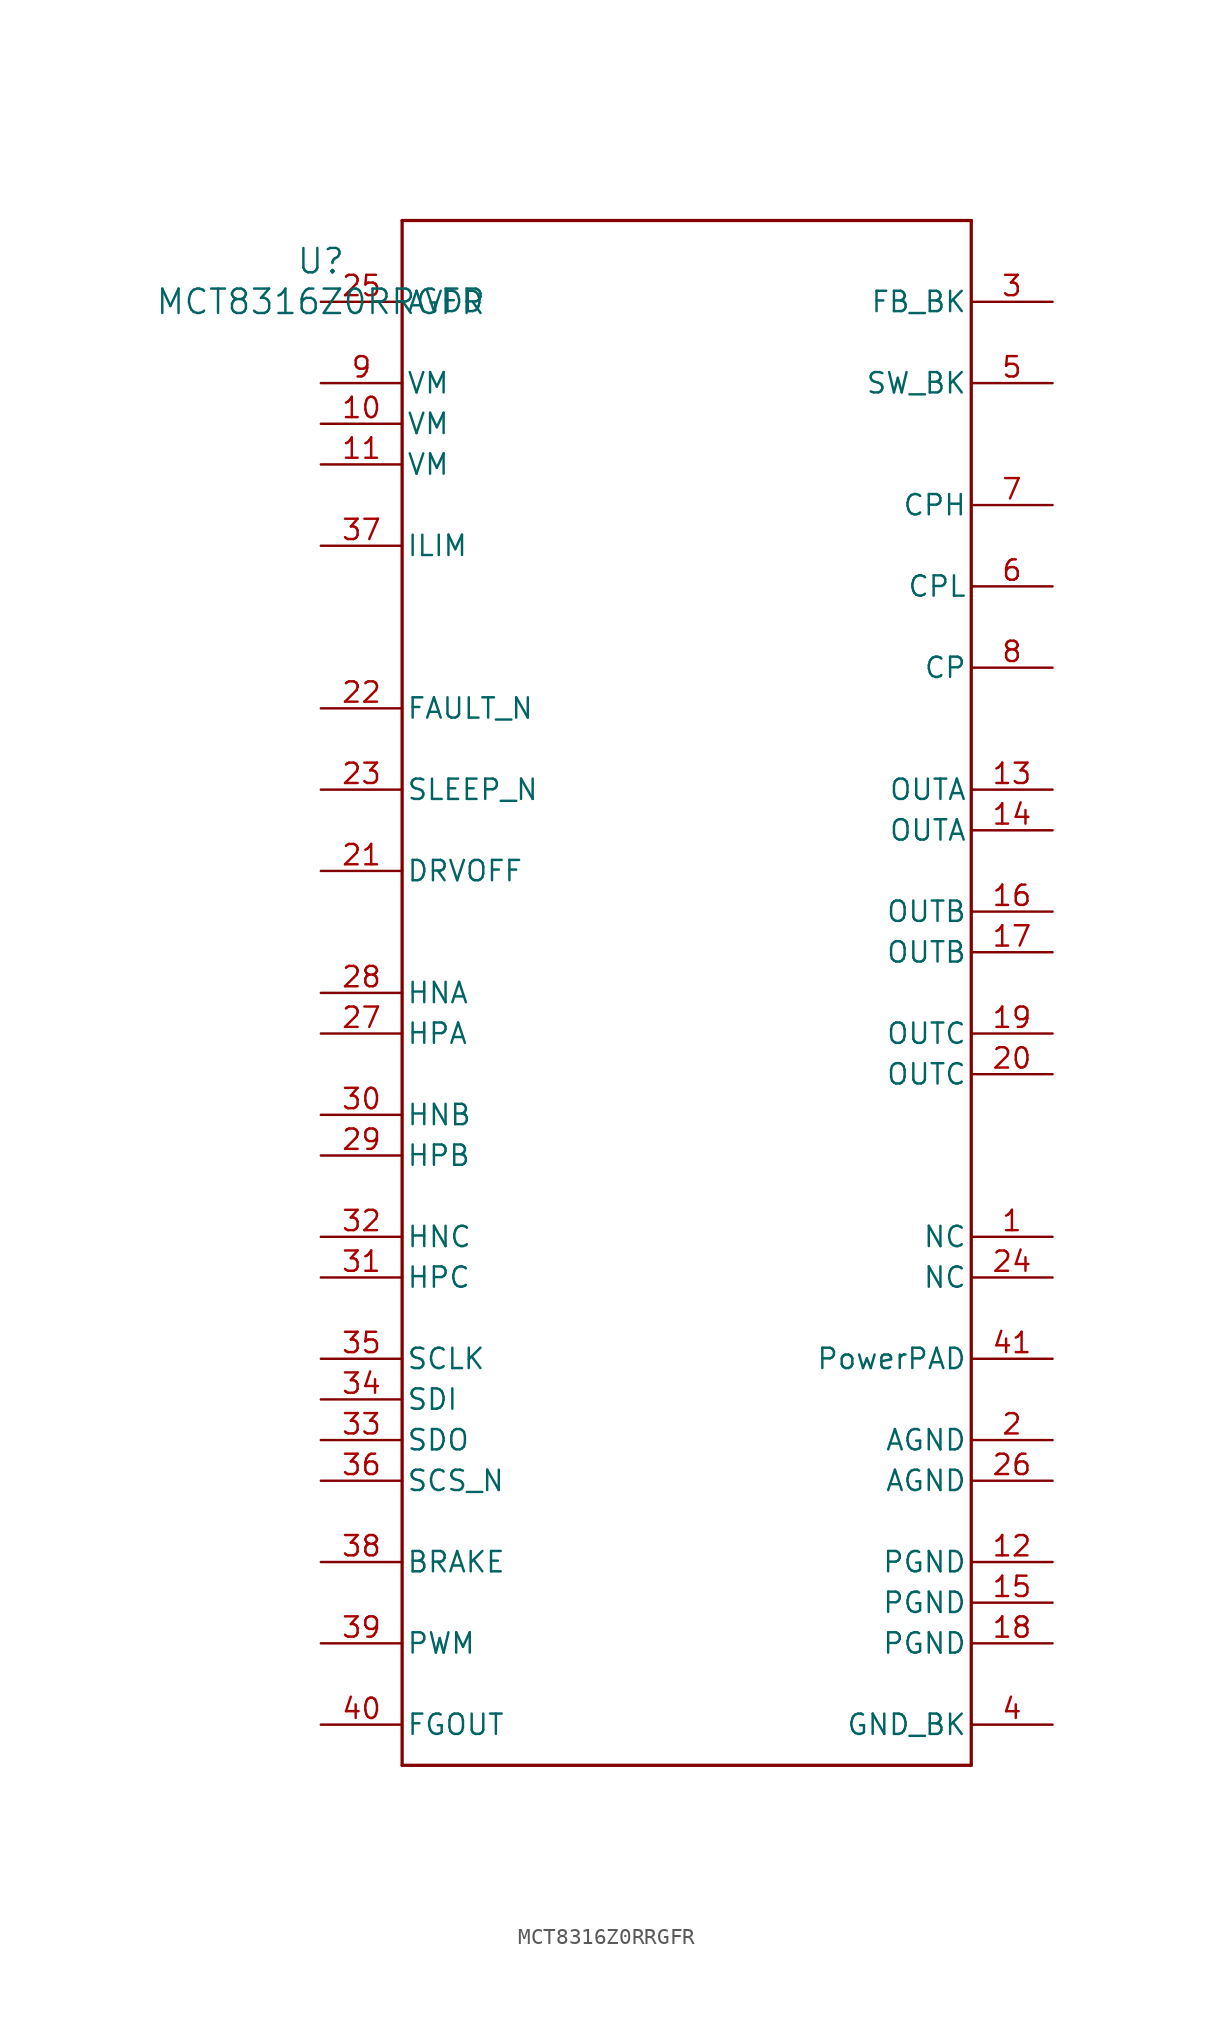
<source format=kicad_sym>
(kicad_symbol_lib
  (version 20211014)
  (generator kicad_symbol_editor)
  (symbol "MCT8316Z0RRGFR"
    (pin_names
      (offset 0.254))
    (property "Reference" "U"
      (at 0 2.54 0)
      (effects (font (size 1.524 1.524))))
    (property "Value" "MCT8316Z0RRGFR"
      (at 0 0 0)
      (effects (font (size 1.524 1.524))))
    (symbol "MCT8316Z0RRGFR_0_1"
      (polyline (pts (xy 5.08 -91.44) (xy 40.64 -91.44)) (stroke (width 0.203) (type default) (color 0 0 0 0)) (fill (type none)))
      (polyline (pts (xy 40.64 -91.44) (xy 40.64 5.08)) (stroke (width 0.203) (type default) (color 0 0 0 0)) (fill (type none)))
      (polyline (pts (xy 40.64 5.08) (xy 5.08 5.08)) (stroke (width 0.203) (type default) (color 0 0 0 0)) (fill (type none)))
      (polyline (pts (xy 5.08 5.08) (xy 5.08 -91.44)) (stroke (width 0.203) (type default) (color 0 0 0 0)) (fill (type none)))
      (pin unspecified line (at 45.72 -58.42 180) (length 5.08) (name "NC" (effects (font (size 1.27 1.27)))) (number "1" (effects (font (size 1.27 1.27)))))
      (pin power_in line (at 45.72 -71.12 180) (length 5.08) (name "AGND" (effects (font (size 1.27 1.27)))) (number "2" (effects (font (size 1.27 1.27)))))
      (pin unspecified line (at 45.72 0 180) (length 5.08) (name "FB_BK" (effects (font (size 1.27 1.27)))) (number "3" (effects (font (size 1.27 1.27)))))
      (pin power_in line (at 45.72 -88.9 180) (length 5.08) (name "GND_BK" (effects (font (size 1.27 1.27)))) (number "4" (effects (font (size 1.27 1.27)))))
      (pin unspecified line (at 45.72 -5.08 180) (length 5.08) (name "SW_BK" (effects (font (size 1.27 1.27)))) (number "5" (effects (font (size 1.27 1.27)))))
      (pin power_in line (at 45.72 -17.78 180) (length 5.08) (name "CPL" (effects (font (size 1.27 1.27)))) (number "6" (effects (font (size 1.27 1.27)))))
      (pin power_in line (at 45.72 -12.7 180) (length 5.08) (name "CPH" (effects (font (size 1.27 1.27)))) (number "7" (effects (font (size 1.27 1.27)))))
      (pin power_in line (at 45.72 -22.86 180) (length 5.08) (name "CP" (effects (font (size 1.27 1.27)))) (number "8" (effects (font (size 1.27 1.27)))))
      (pin power_in line (at 0 -5.08 0) (length 5.08) (name "VM" (effects (font (size 1.27 1.27)))) (number "9" (effects (font (size 1.27 1.27)))))
      (pin power_in line (at 0 -7.62 0) (length 5.08) (name "VM" (effects (font (size 1.27 1.27)))) (number "10" (effects (font (size 1.27 1.27)))))
      (pin power_in line (at 0 -10.16 0) (length 5.08) (name "VM" (effects (font (size 1.27 1.27)))) (number "11" (effects (font (size 1.27 1.27)))))
      (pin power_in line (at 45.72 -78.74 180) (length 5.08) (name "PGND" (effects (font (size 1.27 1.27)))) (number "12" (effects (font (size 1.27 1.27)))))
      (pin unspecified line (at 45.72 -30.48 180) (length 5.08) (name "OUTA" (effects (font (size 1.27 1.27)))) (number "13" (effects (font (size 1.27 1.27)))))
      (pin unspecified line (at 45.72 -33.02 180) (length 5.08) (name "OUTA" (effects (font (size 1.27 1.27)))) (number "14" (effects (font (size 1.27 1.27)))))
      (pin power_in line (at 45.72 -81.28 180) (length 5.08) (name "PGND" (effects (font (size 1.27 1.27)))) (number "15" (effects (font (size 1.27 1.27)))))
      (pin unspecified line (at 45.72 -38.1 180) (length 5.08) (name "OUTB" (effects (font (size 1.27 1.27)))) (number "16" (effects (font (size 1.27 1.27)))))
      (pin unspecified line (at 45.72 -40.64 180) (length 5.08) (name "OUTB" (effects (font (size 1.27 1.27)))) (number "17" (effects (font (size 1.27 1.27)))))
      (pin power_in line (at 45.72 -83.82 180) (length 5.08) (name "PGND" (effects (font (size 1.27 1.27)))) (number "18" (effects (font (size 1.27 1.27)))))
      (pin unspecified line (at 45.72 -45.72 180) (length 5.08) (name "OUTC" (effects (font (size 1.27 1.27)))) (number "19" (effects (font (size 1.27 1.27)))))
      (pin unspecified line (at 45.72 -48.26 180) (length 5.08) (name "OUTC" (effects (font (size 1.27 1.27)))) (number "20" (effects (font (size 1.27 1.27)))))
      (pin input line (at 0 -35.56 0) (length 5.08) (name "DRVOFF" (effects (font (size 1.27 1.27)))) (number "21" (effects (font (size 1.27 1.27)))))
      (pin open_collector line (at 0 -25.4 0) (length 5.08) (name "FAULT_N" (effects (font (size 1.27 1.27)))) (number "22" (effects (font (size 1.27 1.27)))))
      (pin input line (at 0 -30.48 0) (length 5.08) (name "SLEEP_N" (effects (font (size 1.27 1.27)))) (number "23" (effects (font (size 1.27 1.27)))))
      (pin unspecified line (at 45.72 -60.96 180) (length 5.08) (name "NC" (effects (font (size 1.27 1.27)))) (number "24" (effects (font (size 1.27 1.27)))))
      (pin power_in line (at 0 0 0) (length 5.08) (name "AVDD" (effects (font (size 1.27 1.27)))) (number "25" (effects (font (size 1.27 1.27)))))
      (pin power_in line (at 45.72 -73.66 180) (length 5.08) (name "AGND" (effects (font (size 1.27 1.27)))) (number "26" (effects (font (size 1.27 1.27)))))
      (pin input line (at 0 -45.72 0) (length 5.08) (name "HPA" (effects (font (size 1.27 1.27)))) (number "27" (effects (font (size 1.27 1.27)))))
      (pin input line (at 0 -43.18 0) (length 5.08) (name "HNA" (effects (font (size 1.27 1.27)))) (number "28" (effects (font (size 1.27 1.27)))))
      (pin input line (at 0 -53.34 0) (length 5.08) (name "HPB" (effects (font (size 1.27 1.27)))) (number "29" (effects (font (size 1.27 1.27)))))
      (pin input line (at 0 -50.8 0) (length 5.08) (name "HNB" (effects (font (size 1.27 1.27)))) (number "30" (effects (font (size 1.27 1.27)))))
      (pin input line (at 0 -60.96 0) (length 5.08) (name "HPC" (effects (font (size 1.27 1.27)))) (number "31" (effects (font (size 1.27 1.27)))))
      (pin input line (at 0 -58.42 0) (length 5.08) (name "HNC" (effects (font (size 1.27 1.27)))) (number "32" (effects (font (size 1.27 1.27)))))
      (pin output line (at 0 -71.12 0) (length 5.08) (name "SDO" (effects (font (size 1.27 1.27)))) (number "33" (effects (font (size 1.27 1.27)))))
      (pin input line (at 0 -68.58 0) (length 5.08) (name "SDI" (effects (font (size 1.27 1.27)))) (number "34" (effects (font (size 1.27 1.27)))))
      (pin input line (at 0 -66.04 0) (length 5.08) (name "SCLK" (effects (font (size 1.27 1.27)))) (number "35" (effects (font (size 1.27 1.27)))))
      (pin input line (at 0 -73.66 0) (length 5.08) (name "SCS_N" (effects (font (size 1.27 1.27)))) (number "36" (effects (font (size 1.27 1.27)))))
      (pin input line (at 0 -15.24 0) (length 5.08) (name "ILIM" (effects (font (size 1.27 1.27)))) (number "37" (effects (font (size 1.27 1.27)))))
      (pin input line (at 0 -78.74 0) (length 5.08) (name "BRAKE" (effects (font (size 1.27 1.27)))) (number "38" (effects (font (size 1.27 1.27)))))
      (pin unspecified line (at 0 -83.82 0) (length 5.08) (name "PWM" (effects (font (size 1.27 1.27)))) (number "39" (effects (font (size 1.27 1.27)))))
      (pin unspecified line (at 0 -88.9 0) (length 5.08) (name "FGOUT" (effects (font (size 1.27 1.27)))) (number "40" (effects (font (size 1.27 1.27)))))
      (pin power_in line (at 45.72 -66.04 180) (length 5.08) (name "PowerPAD" (effects (font (size 1.27 1.27)))) (number "41" (effects (font (size 1.27 1.27))))))))
</source>
